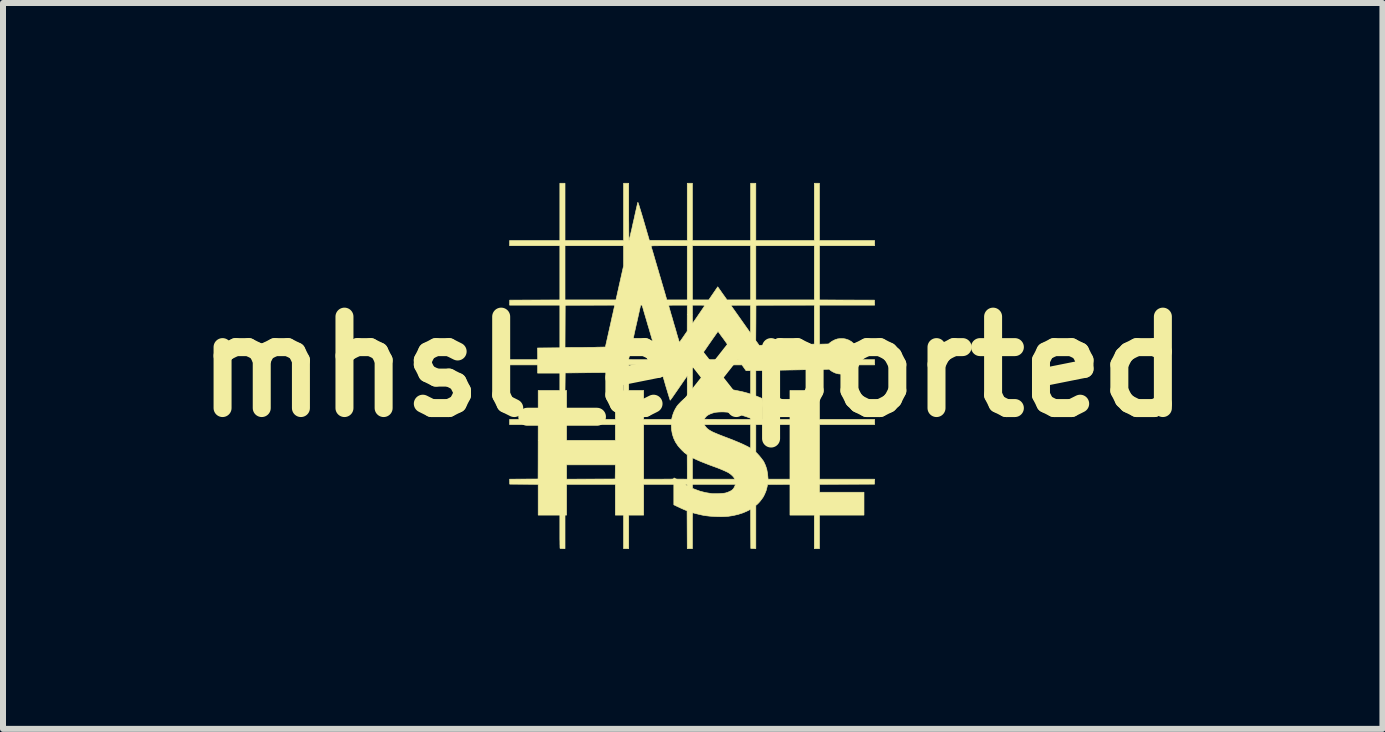
<source format=kicad_pcb>
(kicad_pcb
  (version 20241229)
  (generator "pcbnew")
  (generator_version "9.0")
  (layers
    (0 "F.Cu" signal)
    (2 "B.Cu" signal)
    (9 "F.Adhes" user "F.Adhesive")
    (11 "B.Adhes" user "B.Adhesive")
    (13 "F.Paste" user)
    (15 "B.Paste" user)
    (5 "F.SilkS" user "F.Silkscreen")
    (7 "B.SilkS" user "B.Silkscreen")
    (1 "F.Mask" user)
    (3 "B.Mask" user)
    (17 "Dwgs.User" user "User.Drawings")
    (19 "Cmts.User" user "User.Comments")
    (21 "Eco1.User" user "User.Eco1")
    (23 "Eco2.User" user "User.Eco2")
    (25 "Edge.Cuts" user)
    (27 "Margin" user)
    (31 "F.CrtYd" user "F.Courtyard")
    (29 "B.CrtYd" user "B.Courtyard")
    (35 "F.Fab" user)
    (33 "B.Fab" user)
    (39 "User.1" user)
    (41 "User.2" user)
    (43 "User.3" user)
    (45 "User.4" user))
  (footprint "mhsl_exported"
    (layer "F.Cu")
    (at 8.498 3.063)
    (property "Reference" "mhsl_exported" (at 0 0 0) (layer "F.SilkS") (effects (font (size 1.524 1.524) (thickness 0.3))))
    (attr through_hole)
    (fp_poly (pts (xy -2.129 -2.103) (xy -1.153 -2.103) (xy -1.153 -3.058) (xy -1.067 -3.058) (xy -1.067 -2.581) (xy -1.067 -2.512) (xy -1.067 -2.446) (xy -1.066 -2.384) (xy -1.066 -2.326) (xy -1.066 -2.274) (xy -1.065 -2.227) (xy -1.065 -2.186) (xy -1.064 -2.153) (xy -1.064 -2.128) (xy -1.063 -2.111) (xy -1.063 -2.103) (xy -1.063 -2.103) (xy -1.061 -2.108) (xy -1.057 -2.122) (xy -1.051 -2.144) (xy -1.044 -2.174) (xy -1.036 -2.21) (xy -1.026 -2.252) (xy -1.015 -2.298) (xy -1.004 -2.349) (xy -0.992 -2.404) (xy -0.989 -2.417) (xy -0.976 -2.472) (xy -0.965 -2.524) (xy -0.954 -2.573) (xy -0.944 -2.617) (xy -0.935 -2.656) (xy -0.928 -2.688) (xy -0.922 -2.714) (xy -0.918 -2.731) (xy -0.915 -2.739) (xy -0.915 -2.74) (xy -0.913 -2.738) (xy -0.908 -2.726) (xy -0.901 -2.705) (xy -0.891 -2.675) (xy -0.879 -2.635) (xy -0.864 -2.586) (xy -0.846 -2.527) (xy -0.826 -2.459) (xy -0.817 -2.428) (xy -0.723 -2.106) (xy -0.407 -2.104) (xy -0.091 -2.103) (xy -0.091 -3.058) (xy -0.005 -3.058) (xy -0.005 -2.103) (xy 0.965 -2.103) (xy 0.965 -3.058) (xy 1.052 -3.058) (xy 1.052 -2.103) (xy 2.027 -2.103) (xy 2.027 -3.058) (xy 2.113 -3.058) (xy 2.113 -2.103) (xy 3.033 -2.103) (xy 3.033 -2.017) (xy 2.113 -2.017) (xy 2.113 -1.565) (xy 2.113 -1.113) (xy 2.572 -1.111) (xy 3.03 -1.11) (xy 3.033 -1.026) (xy 2.113 -1.026) (xy 2.113 -0.375) (xy 2.264 -0.379) (xy 2.292 -0.403) (xy 2.328 -0.427) (xy 2.369 -0.448) (xy 2.41 -0.462) (xy 2.413 -0.463) (xy 2.445 -0.467) (xy 2.482 -0.469) (xy 2.519 -0.467) (xy 2.552 -0.461) (xy 2.555 -0.46) (xy 2.603 -0.443) (xy 2.647 -0.417) (xy 2.686 -0.384) (xy 2.72 -0.346) (xy 2.746 -0.302) (xy 2.765 -0.255) (xy 2.776 -0.206) (xy 2.777 -0.156) (xy 2.777 -0.154) (xy 2.774 -0.117) (xy 2.903 -0.117) (xy 3.033 -0.117) (xy 3.033 -0.03) (xy 2.74 -0.03) (xy 2.731 -0.013) (xy 2.723 -0.002) (xy 2.71 0.014) (xy 2.694 0.031) (xy 2.685 0.04) (xy 2.643 0.075) (xy 2.597 0.1) (xy 2.548 0.116) (xy 2.494 0.123) (xy 2.482 0.124) (xy 2.427 0.119) (xy 2.375 0.105) (xy 2.327 0.082) (xy 2.298 0.062) (xy 2.273 0.042) (xy 2.193 0.045) (xy 2.113 0.047) (xy 2.113 0.879) (xy 3.033 0.879) (xy 3.033 0.965) (xy 2.113 0.965) (xy 2.113 1.875) (xy 3.033 1.875) (xy 3.03 1.958) (xy 2.113 1.961) (xy 2.113 2.093) (xy 2.855 2.093) (xy 2.855 2.474) (xy 2.113 2.474) (xy 2.113 3.033) (xy 2.027 3.033) (xy 2.027 2.474) (xy 1.621 2.474) (xy 1.621 1.961) (xy 1.248 1.963) (xy 1.239 2.007) (xy 1.223 2.068) (xy 1.198 2.128) (xy 1.177 2.169) (xy 1.16 2.194) (xy 1.14 2.221) (xy 1.119 2.248) (xy 1.097 2.272) (xy 1.078 2.291) (xy 1.07 2.298) (xy 1.052 2.312) (xy 1.052 3.033) (xy 0.968 3.03) (xy 0.966 2.704) (xy 0.965 2.377) (xy 0.914 2.403) (xy 0.839 2.436) (xy 0.758 2.462) (xy 0.672 2.482) (xy 0.593 2.494) (xy 0.54 2.498) (xy 0.48 2.5) (xy 0.416 2.499) (xy 0.35 2.496) (xy 0.286 2.492) (xy 0.226 2.485) (xy 0.173 2.477) (xy 0.17 2.476) (xy 0.15 2.472) (xy 0.125 2.466) (xy 0.098 2.46) (xy 0.07 2.453) (xy 0.044 2.447) (xy 0.023 2.441) (xy 0.008 2.437) (xy 0.004 2.436) (xy 0.002 2.435) (xy 0.000302 2.437) (xy -0.001 2.44) (xy -0.002 2.447) (xy -0.003 2.457) (xy -0.004 2.472) (xy -0.004 2.493) (xy -0.005 2.519) (xy -0.005 2.552) (xy -0.005 2.593) (xy -0.005 2.642) (xy -0.005 2.699) (xy -0.005 2.732) (xy -0.005 3.033) (xy -0.091 3.033) (xy -0.094 2.402) (xy -0.132 2.387) (xy -0.151 2.379) (xy -0.175 2.368) (xy -0.204 2.355) (xy -0.233 2.341) (xy -0.243 2.337) (xy -0.315 2.302) (xy -0.315 1.964) (xy -0.126 1.964) (xy -0.12 1.969) (xy -0.113 1.973) (xy -0.1 1.979) (xy -0.094 1.98) (xy -0.092 1.974) (xy -0.091 1.971) (xy -0.093 1.964) (xy -0.101 1.961) (xy -0.109 1.961) (xy -0.006 1.961) (xy -0.004 1.995) (xy -0.003 2.029) (xy 0.046 2.048) (xy 0.127 2.077) (xy 0.215 2.099) (xy 0.308 2.114) (xy 0.315 2.115) (xy 0.336 2.117) (xy 0.364 2.117) (xy 0.396 2.117) (xy 0.431 2.116) (xy 0.465 2.114) (xy 0.497 2.112) (xy 0.524 2.109) (xy 0.543 2.106) (xy 0.544 2.106) (xy 0.582 2.094) (xy 0.618 2.079) (xy 0.649 2.062) (xy 0.661 2.052) (xy 0.676 2.037) (xy 0.69 2.015) (xy 0.702 1.99) (xy 0.709 1.972) (xy 0.712 1.961) (xy -0.006 1.961) (xy -0.109 1.961) (xy -0.123 1.962) (xy -0.126 1.964) (xy -0.315 1.964) (xy -0.315 1.961) (xy -0.818 1.961) (xy -0.818 2.474) (xy -1.067 2.474) (xy -1.067 3.033) (xy -1.153 3.033) (xy -1.153 2.474) (xy -1.29 2.474) (xy -1.29 1.961) (xy -2.103 1.961) (xy -2.103 2.474) (xy -2.129 2.474) (xy -2.129 3.033) (xy -2.168 3.033) (xy -2.188 3.032) (xy -2.203 3.031) (xy -2.211 3.03) (xy -2.211 3.029) (xy -2.212 3.024) (xy -2.213 3.009) (xy -2.213 2.986) (xy -2.214 2.955) (xy -2.214 2.919) (xy -2.215 2.876) (xy -2.215 2.829) (xy -2.215 2.779) (xy -2.215 2.75) (xy -2.215 2.474) (xy -2.576 2.474) (xy -2.576 1.961) (xy -3.051 1.958) (xy -3.053 1.875) (xy -2.578 1.872) (xy -2.577 1.636) (xy -2.103 1.636) (xy -2.103 1.875) (xy -1.293 1.872) (xy -1.291 1.754) (xy -1.29 1.636) (xy -2.103 1.636) (xy -2.577 1.636) (xy -2.576 0.965) (xy -2.103 0.965) (xy -2.103 1.229) (xy -1.29 1.229) (xy -1.29 0.965) (xy -0.818 0.965) (xy -0.818 1.875) (xy -0.566 1.875) (xy -0.509 1.875) (xy -0.462 1.874) (xy -0.423 1.874) (xy -0.391 1.874) (xy -0.367 1.874) (xy -0.348 1.873) (xy -0.334 1.872) (xy -0.325 1.871) (xy -0.319 1.87) (xy -0.316 1.869) (xy -0.315 1.867) (xy -0.315 1.864) (xy -0.315 1.864) (xy -0.314 1.857) (xy -0.309 1.855) (xy -0.299 1.86) (xy -0.292 1.864) (xy -0.286 1.868) (xy -0.278 1.871) (xy -0.268 1.872) (xy -0.254 1.874) (xy -0.233 1.874) (xy -0.205 1.874) (xy -0.184 1.874) (xy -0.091 1.875) (xy -0.091 1.697) (xy -0.005 1.697) (xy -0.005 1.875) (xy 0.701 1.875) (xy 0.693 1.858) (xy 0.679 1.837) (xy 0.657 1.814) (xy 0.632 1.792) (xy 0.605 1.773) (xy 0.604 1.772) (xy 0.577 1.757) (xy 0.545 1.742) (xy 0.507 1.725) (xy 0.462 1.706) (xy 0.409 1.685) (xy 0.351 1.664) (xy 0.283 1.639) (xy 0.224 1.616) (xy 0.173 1.596) (xy 0.128 1.578) (xy 0.089 1.561) (xy 0.054 1.545) (xy 0.051 1.544) (xy 0.03 1.534) (xy 0.013 1.526) (xy 0.001 1.521) (xy -0.003 1.519) (xy -0.004 1.524) (xy -0.004 1.538) (xy -0.004 1.559) (xy -0.005 1.588) (xy -0.005 1.622) (xy -0.005 1.66) (xy -0.005 1.697) (xy -0.091 1.697) (xy -0.092 1.466) (xy -0.11 1.453) (xy -0.129 1.439) (xy -0.152 1.419) (xy -0.177 1.395) (xy -0.202 1.369) (xy -0.225 1.343) (xy -0.245 1.32) (xy -0.249 1.314) (xy -0.288 1.255) (xy -0.318 1.191) (xy -0.34 1.123) (xy -0.352 1.054) (xy -0.356 0.999) (xy -0.356 0.965) (xy 0.192 0.965) (xy 0.204 0.986) (xy 0.215 1.001) (xy 0.229 1.018) (xy 0.241 1.03) (xy 0.256 1.043) (xy 0.274 1.055) (xy 0.295 1.068) (xy 0.32 1.082) (xy 0.349 1.096) (xy 0.385 1.111) (xy 0.427 1.129) (xy 0.476 1.148) (xy 0.535 1.171) (xy 0.549 1.176) (xy 0.614 1.201) (xy 0.676 1.225) (xy 0.734 1.249) (xy 0.788 1.272) (xy 0.836 1.293) (xy 0.877 1.313) (xy 0.912 1.33) (xy 0.938 1.344) (xy 0.947 1.35) (xy 0.958 1.357) (xy 0.964 1.361) (xy 0.964 1.361) (xy 0.964 1.356) (xy 0.964 1.342) (xy 0.965 1.32) (xy 0.965 1.292) (xy 0.965 1.257) (xy 0.965 1.218) (xy 0.965 1.175) (xy 0.965 1.163) (xy 0.965 0.965) (xy 1.052 0.965) (xy 1.052 1.425) (xy 1.073 1.445) (xy 1.093 1.467) (xy 1.116 1.493) (xy 1.139 1.521) (xy 1.16 1.549) (xy 1.178 1.573) (xy 1.186 1.587) (xy 1.213 1.645) (xy 1.234 1.708) (xy 1.247 1.778) (xy 1.252 1.828) (xy 1.256 1.875) (xy 1.621 1.875) (xy 1.621 0.965) (xy 1.052 0.965) (xy 0.965 0.965) (xy 0.192 0.965) (xy -0.356 0.965) (xy -0.818 0.965) (xy -1.29 0.965) (xy -2.103 0.965) (xy -2.576 0.965) (xy -3.053 0.965) (xy -3.053 0.879) (xy -2.576 0.879) (xy -2.576 0.396) (xy -2.215 0.396) (xy -2.129 0.396) (xy -2.103 0.396) (xy -2.103 0.879) (xy -1.29 0.879) (xy -1.29 0.396) (xy -1.153 0.396) (xy -1.067 0.396) (xy -0.818 0.396) (xy -0.818 0.879) (xy -0.352 0.879) (xy -0.351 0.875) (xy 0.193 0.875) (xy 0.198 0.875) (xy 0.212 0.876) (xy 0.235 0.876) (xy 0.266 0.877) (xy 0.304 0.878) (xy 0.348 0.878) (xy 0.397 0.878) (xy 0.452 0.879) (xy 0.51 0.879) (xy 0.571 0.879) (xy 0.579 0.879) (xy 0.966 0.879) (xy 0.964 0.868) (xy 0.962 0.863) (xy 0.956 0.857) (xy 0.945 0.852) (xy 0.926 0.845) (xy 0.904 0.837) (xy 0.821 0.81) (xy 0.745 0.789) (xy 0.675 0.772) (xy 0.656 0.769) (xy 0.612 0.762) (xy 0.565 0.757) (xy 0.516 0.754) (xy 0.468 0.754) (xy 0.423 0.756) (xy 0.384 0.76) (xy 0.363 0.764) (xy 0.328 0.774) (xy 0.293 0.787) (xy 0.262 0.802) (xy 0.24 0.816) (xy 0.228 0.826) (xy 0.216 0.84) (xy 0.204 0.854) (xy 0.196 0.867) (xy 0.193 0.875) (xy -0.351 0.875) (xy -0.341 0.832) (xy -0.328 0.79) (xy -0.311 0.746) (xy -0.289 0.702) (xy -0.266 0.664) (xy -0.262 0.659) (xy -0.245 0.637) (xy -0.222 0.612) (xy -0.196 0.585) (xy -0.168 0.559) (xy -0.143 0.537) (xy -0.121 0.521) (xy -0.12 0.521) (xy -0.091 0.501) (xy -0.091 0.151) (xy -0.168 0.262) (xy -0.193 0.299) (xy -0.221 0.339) (xy -0.249 0.38) (xy -0.276 0.419) (xy -0.3 0.454) (xy -0.309 0.466) (xy -0.327 0.493) (xy -0.344 0.517) (xy -0.358 0.536) (xy -0.369 0.55) (xy -0.375 0.558) (xy -0.376 0.559) (xy -0.378 0.554) (xy -0.382 0.54) (xy -0.389 0.519) (xy -0.398 0.49) (xy -0.409 0.454) (xy -0.421 0.414) (xy -0.435 0.368) (xy -0.45 0.319) (xy -0.465 0.266) (xy -0.465 0.265) (xy -0.536 0.025) (xy -0.005 0.025) (xy -0.005 0.239) (xy -0.005 0.291) (xy -0.005 0.334) (xy -0.005 0.369) (xy -0.004 0.396) (xy -0.004 0.416) (xy -0.003 0.431) (xy -0.002 0.441) (xy -0.001 0.447) (xy 0.001 0.449) (xy 0.002 0.45) (xy 0.004 0.449) (xy 0.048 0.432) (xy 0.099 0.416) (xy 0.155 0.402) (xy 0.212 0.389) (xy 0.267 0.38) (xy 0.296 0.376) (xy 0.324 0.374) (xy 0.36 0.372) (xy 0.402 0.371) (xy 0.445 0.371) (xy 0.489 0.371) (xy 0.53 0.372) (xy 0.566 0.374) (xy 0.593 0.376) (xy 0.647 0.383) (xy 0.704 0.392) (xy 0.763 0.404) (xy 0.821 0.416) (xy 0.876 0.43) (xy 0.926 0.444) (xy 0.964 0.457) (xy 0.964 0.452) (xy 0.964 0.438) (xy 0.965 0.416) (xy 0.965 0.388) (xy 0.965 0.353) (xy 0.965 0.314) (xy 0.965 0.271) (xy 0.965 0.262) (xy 0.965 0.067) (xy 1.052 0.067) (xy 1.052 0.487) (xy 1.073 0.495) (xy 1.09 0.502) (xy 1.111 0.51) (xy 1.126 0.517) (xy 1.158 0.53) (xy 1.158 0.879) (xy 1.621 0.879) (xy 1.621 0.396) (xy 2.027 0.396) (xy 2.027 0.045) (xy 1.949 0.048) (xy 1.93 0.049) (xy 1.902 0.049) (xy 1.865 0.05) (xy 1.823 0.051) (xy 1.775 0.052) (xy 1.722 0.053) (xy 1.667 0.054) (xy 1.61 0.055) (xy 1.565 0.056) (xy 1.506 0.057) (xy 1.447 0.058) (xy 1.39 0.059) (xy 1.335 0.06) (xy 1.285 0.061) (xy 1.24 0.062) (xy 1.201 0.063) (xy 1.17 0.064) (xy 1.154 0.064) (xy 1.052 0.067) (xy 0.965 0.067) (xy 0.965 0.066) (xy 0.889 0.066) (xy 0.821 -0.03) (xy 0.033 -0.03) (xy 0.014 -0.003) (xy -0.005 0.025) (xy -0.536 0.025) (xy -0.552 -0.028) (xy -0.809 -0.029) (xy -1.067 -0.031) (xy -1.067 0.396) (xy -1.153 0.396) (xy -1.153 0.093) (xy -1.345 0.095) (xy -1.388 0.096) (xy -1.44 0.096) (xy -1.498 0.097) (xy -1.561 0.098) (xy -1.626 0.098) (xy -1.693 0.099) (xy -1.758 0.1) (xy -1.82 0.101) (xy -1.831 0.101) (xy -2.126 0.104) (xy -2.129 0.396) (xy -2.215 0.396) (xy -2.215 0.107) (xy -2.586 0.107) (xy -2.586 -0.03) (xy -3.053 -0.03) (xy -3.053 -0.117) (xy -2.585 -0.117) (xy -2.585 -0.127) (xy -1.067 -0.127) (xy -1.067 -0.125) (xy -1.065 -0.123) (xy -1.062 -0.121) (xy -1.057 -0.12) (xy -1.047 -0.119) (xy -1.034 -0.118) (xy -1.015 -0.118) (xy -0.99 -0.117) (xy -0.958 -0.117) (xy -0.918 -0.117) (xy -0.87 -0.117) (xy -0.823 -0.117) (xy -0.774 -0.117) (xy -0.729 -0.117) (xy -0.688 -0.117) (xy -0.652 -0.118) (xy -0.622 -0.118) (xy -0.599 -0.118) (xy -0.585 -0.119) (xy -0.58 -0.119) (xy 0.097 -0.119) (xy 0.101 -0.119) (xy 0.116 -0.119) (xy 0.138 -0.118) (xy 0.169 -0.118) (xy 0.206 -0.118) (xy 0.249 -0.117) (xy 0.297 -0.117) (xy 0.35 -0.117) (xy 0.406 -0.117) (xy 0.427 -0.117) (xy 0.484 -0.117) (xy 0.538 -0.117) (xy 0.587 -0.117) (xy 0.632 -0.118) (xy 0.672 -0.118) (xy 0.704 -0.119) (xy 0.73 -0.119) (xy 0.747 -0.12) (xy 0.755 -0.121) (xy 0.756 -0.121) (xy 0.752 -0.127) (xy 0.743 -0.141) (xy 0.73 -0.16) (xy 0.712 -0.185) (xy 0.692 -0.214) (xy 0.669 -0.247) (xy 0.643 -0.283) (xy 0.617 -0.32) (xy 0.59 -0.358) (xy 0.562 -0.396) (xy 0.536 -0.433) (xy 0.535 -0.434) (xy 1.051 -0.434) (xy 1.08 -0.395) (xy 1.108 -0.355) (xy 1.16 -0.358) (xy 1.174 -0.359) (xy 1.197 -0.359) (xy 1.228 -0.36) (xy 1.267 -0.361) (xy 1.312 -0.362) (xy 1.361 -0.363) (xy 1.415 -0.364) (xy 1.472 -0.365) (xy 1.531 -0.365) (xy 1.552 -0.366) (xy 1.612 -0.367) (xy 1.671 -0.368) (xy 1.727 -0.369) (xy 1.78 -0.37) (xy 1.828 -0.371) (xy 1.871 -0.372) (xy 1.907 -0.372) (xy 1.936 -0.373) (xy 1.956 -0.374) (xy 1.96 -0.374) (xy 2.027 -0.377) (xy 2.027 -1.026) (xy 1.054 -1.024) (xy 1.053 -0.729) (xy 1.051 -0.434) (xy 0.535 -0.434) (xy 0.511 -0.468) (xy 0.487 -0.5) (xy 0.466 -0.528) (xy 0.449 -0.552) (xy 0.435 -0.571) (xy 0.426 -0.583) (xy 0.421 -0.588) (xy 0.421 -0.588) (xy 0.418 -0.584) (xy 0.409 -0.572) (xy 0.396 -0.554) (xy 0.379 -0.53) (xy 0.359 -0.501) (xy 0.336 -0.469) (xy 0.312 -0.434) (xy 0.286 -0.397) (xy 0.259 -0.358) (xy 0.233 -0.32) (xy 0.207 -0.282) (xy 0.182 -0.247) (xy 0.16 -0.213) (xy 0.139 -0.184) (xy 0.122 -0.159) (xy 0.109 -0.139) (xy 0.1 -0.126) (xy 0.097 -0.12) (xy 0.097 -0.119) (xy -0.58 -0.119) (xy -0.579 -0.12) (xy -0.579 -0.12) (xy -0.581 -0.125) (xy -0.585 -0.139) (xy -0.591 -0.162) (xy -0.6 -0.192) (xy -0.611 -0.229) (xy -0.624 -0.273) (xy -0.638 -0.322) (xy -0.654 -0.376) (xy -0.671 -0.435) (xy -0.689 -0.497) (xy -0.708 -0.562) (xy -0.711 -0.572) (xy -0.73 -0.637) (xy -0.749 -0.7) (xy -0.766 -0.759) (xy -0.782 -0.813) (xy -0.797 -0.864) (xy -0.81 -0.908) (xy -0.821 -0.946) (xy -0.83 -0.978) (xy -0.837 -1.001) (xy -0.841 -1.017) (xy -0.842 -1.019) (xy -0.401 -1.019) (xy -0.4 -1.014) (xy -0.396 -0.999) (xy -0.39 -0.977) (xy -0.382 -0.949) (xy -0.372 -0.914) (xy -0.361 -0.875) (xy -0.348 -0.833) (xy -0.335 -0.788) (xy -0.322 -0.741) (xy -0.308 -0.694) (xy -0.294 -0.648) (xy -0.281 -0.603) (xy -0.269 -0.56) (xy -0.258 -0.522) (xy -0.248 -0.488) (xy -0.239 -0.459) (xy -0.233 -0.438) (xy -0.228 -0.424) (xy -0.228 -0.422) (xy -0.223 -0.412) (xy -0.219 -0.409) (xy -0.218 -0.41) (xy -0.214 -0.415) (xy -0.206 -0.427) (xy -0.193 -0.446) (xy -0.177 -0.468) (xy -0.159 -0.494) (xy -0.153 -0.503) (xy -0.092 -0.592) (xy -0.091 -1.026) (xy -0.005 -1.026) (xy -0.005 -0.873) (xy -0.005 -0.835) (xy -0.005 -0.8) (xy -0.004 -0.771) (xy -0.003 -0.748) (xy -0.002 -0.732) (xy -0.001 -0.724) (xy -0.001 -0.724) (xy 0.003 -0.729) (xy 0.012 -0.742) (xy 0.025 -0.761) (xy 0.042 -0.785) (xy 0.062 -0.814) (xy 0.084 -0.846) (xy 0.103 -0.875) (xy 0.127 -0.909) (xy 0.148 -0.94) (xy 0.167 -0.968) (xy 0.182 -0.991) (xy 0.194 -1.009) (xy 0.201 -1.02) (xy 0.203 -1.023) (xy 0.201 -1.024) (xy 0.635 -1.024) (xy 0.799 -0.792) (xy 0.963 -0.56) (xy 0.964 -0.792) (xy 0.964 -0.839) (xy 0.964 -0.883) (xy 0.964 -0.923) (xy 0.964 -0.958) (xy 0.964 -0.987) (xy 0.964 -1.008) (xy 0.964 -1.021) (xy 0.963 -1.024) (xy 0.958 -1.025) (xy 0.944 -1.025) (xy 0.922 -1.025) (xy 0.893 -1.025) (xy 0.86 -1.025) (xy 0.822 -1.025) (xy 0.798 -1.025) (xy 0.635 -1.024) (xy 0.201 -1.024) (xy 0.198 -1.024) (xy 0.185 -1.025) (xy 0.164 -1.025) (xy 0.138 -1.026) (xy 0.107 -1.026) (xy 0.099 -1.026) (xy -0.005 -1.026) (xy -0.091 -1.026) (xy -0.246 -1.026) (xy -0.291 -1.026) (xy -0.327 -1.026) (xy -0.355 -1.025) (xy -0.375 -1.025) (xy -0.389 -1.024) (xy -0.397 -1.022) (xy -0.401 -1.02) (xy -0.401 -1.019) (xy -0.842 -1.019) (xy -0.843 -1.023) (xy -0.843 -1.024) (xy -0.848 -1.026) (xy -0.856 -1.026) (xy -0.866 -1.025) (xy -0.869 -1.024) (xy -0.87 -1.019) (xy -0.873 -1.004) (xy -0.878 -0.982) (xy -0.885 -0.951) (xy -0.893 -0.913) (xy -0.903 -0.869) (xy -0.914 -0.819) (xy -0.926 -0.765) (xy -0.94 -0.705) (xy -0.954 -0.643) (xy -0.968 -0.58) (xy -0.982 -0.514) (xy -0.996 -0.451) (xy -1.01 -0.392) (xy -1.022 -0.336) (xy -1.033 -0.286) (xy -1.043 -0.241) (xy -1.051 -0.203) (xy -1.058 -0.172) (xy -1.063 -0.148) (xy -1.066 -0.133) (xy -1.067 -0.127) (xy -2.585 -0.127) (xy -2.586 -0.215) (xy -2.588 -0.312) (xy -2.215 -0.315) (xy -2.215 -0.32) (xy -2.129 -0.32) (xy -1.934 -0.321) (xy -1.883 -0.321) (xy -1.828 -0.321) (xy -1.771 -0.322) (xy -1.716 -0.323) (xy -1.665 -0.323) (xy -1.62 -0.324) (xy -1.598 -0.325) (xy -1.456 -0.328) (xy -1.381 -0.663) (xy -1.368 -0.72) (xy -1.356 -0.775) (xy -1.345 -0.825) (xy -1.334 -0.872) (xy -1.325 -0.913) (xy -1.317 -0.949) (xy -1.311 -0.977) (xy -1.306 -0.998) (xy -1.303 -1.01) (xy -1.303 -1.012) (xy -1.3 -1.026) (xy -2.126 -1.024) (xy -2.129 -0.32) (xy -2.215 -0.32) (xy -2.215 -1.026) (xy -2.634 -1.026) (xy -3.053 -1.026) (xy -3.052 -1.068) (xy -3.051 -1.11) (xy -2.215 -1.113) (xy -2.215 -2.017) (xy -2.129 -2.017) (xy -2.129 -1.113) (xy -1.28 -1.113) (xy -1.278 -1.124) (xy -1.276 -1.131) (xy -1.272 -1.147) (xy -1.267 -1.171) (xy -1.26 -1.202) (xy -1.252 -1.239) (xy -1.242 -1.282) (xy -1.232 -1.328) (xy -1.221 -1.378) (xy -1.214 -1.408) (xy -1.153 -1.681) (xy -1.153 -1.849) (xy -1.153 -2.009) (xy -0.694 -2.009) (xy -0.694 -2.008) (xy -0.692 -2.002) (xy -0.688 -1.987) (xy -0.681 -1.964) (xy -0.672 -1.934) (xy -0.661 -1.898) (xy -0.649 -1.856) (xy -0.635 -1.809) (xy -0.621 -1.759) (xy -0.605 -1.706) (xy -0.589 -1.651) (xy -0.572 -1.594) (xy -0.556 -1.538) (xy -0.539 -1.482) (xy -0.523 -1.427) (xy -0.508 -1.375) (xy -0.493 -1.325) (xy -0.48 -1.28) (xy -0.468 -1.239) (xy -0.458 -1.205) (xy -0.45 -1.176) (xy -0.444 -1.155) (xy -0.44 -1.143) (xy -0.44 -1.142) (xy -0.431 -1.113) (xy -0.091 -1.113) (xy -0.091 -2.017) (xy -0.005 -2.017) (xy -0.005 -1.113) (xy 0.267 -1.113) (xy 0.342 -1.222) (xy 0.417 -1.332) (xy 0.494 -1.222) (xy 0.572 -1.113) (xy 0.768 -1.113) (xy 0.965 -1.113) (xy 0.965 -2.017) (xy 1.052 -2.017) (xy 1.052 -1.113) (xy 2.027 -1.113) (xy 2.027 -2.017) (xy 1.052 -2.017) (xy 0.965 -2.017) (xy -0.005 -2.017) (xy -0.091 -2.017) (xy -0.394 -2.017) (xy -0.457 -2.017) (xy -0.511 -2.017) (xy -0.556 -2.017) (xy -0.593 -2.016) (xy -0.623 -2.016) (xy -0.646 -2.016) (xy -0.664 -2.015) (xy -0.677 -2.014) (xy -0.686 -2.013) (xy -0.691 -2.012) (xy -0.693 -2.011) (xy -0.694 -2.009) (xy -1.153 -2.009) (xy -1.153 -2.017) (xy -2.129 -2.017) (xy -2.215 -2.017) (xy -3.053 -2.017) (xy -3.053 -2.103) (xy -2.215 -2.103) (xy -2.215 -3.058) (xy -2.129 -3.058) (xy -2.129 -2.103)) (stroke (width 0.01) (type solid)) (fill yes) (layer "F.SilkS")))
  (gr_rect
    (start -3 -3)
    (end 19.996 9.101)
    (stroke (width 0.1) (type default))
    (fill no)
    (layer "Edge.Cuts")))
</source>
